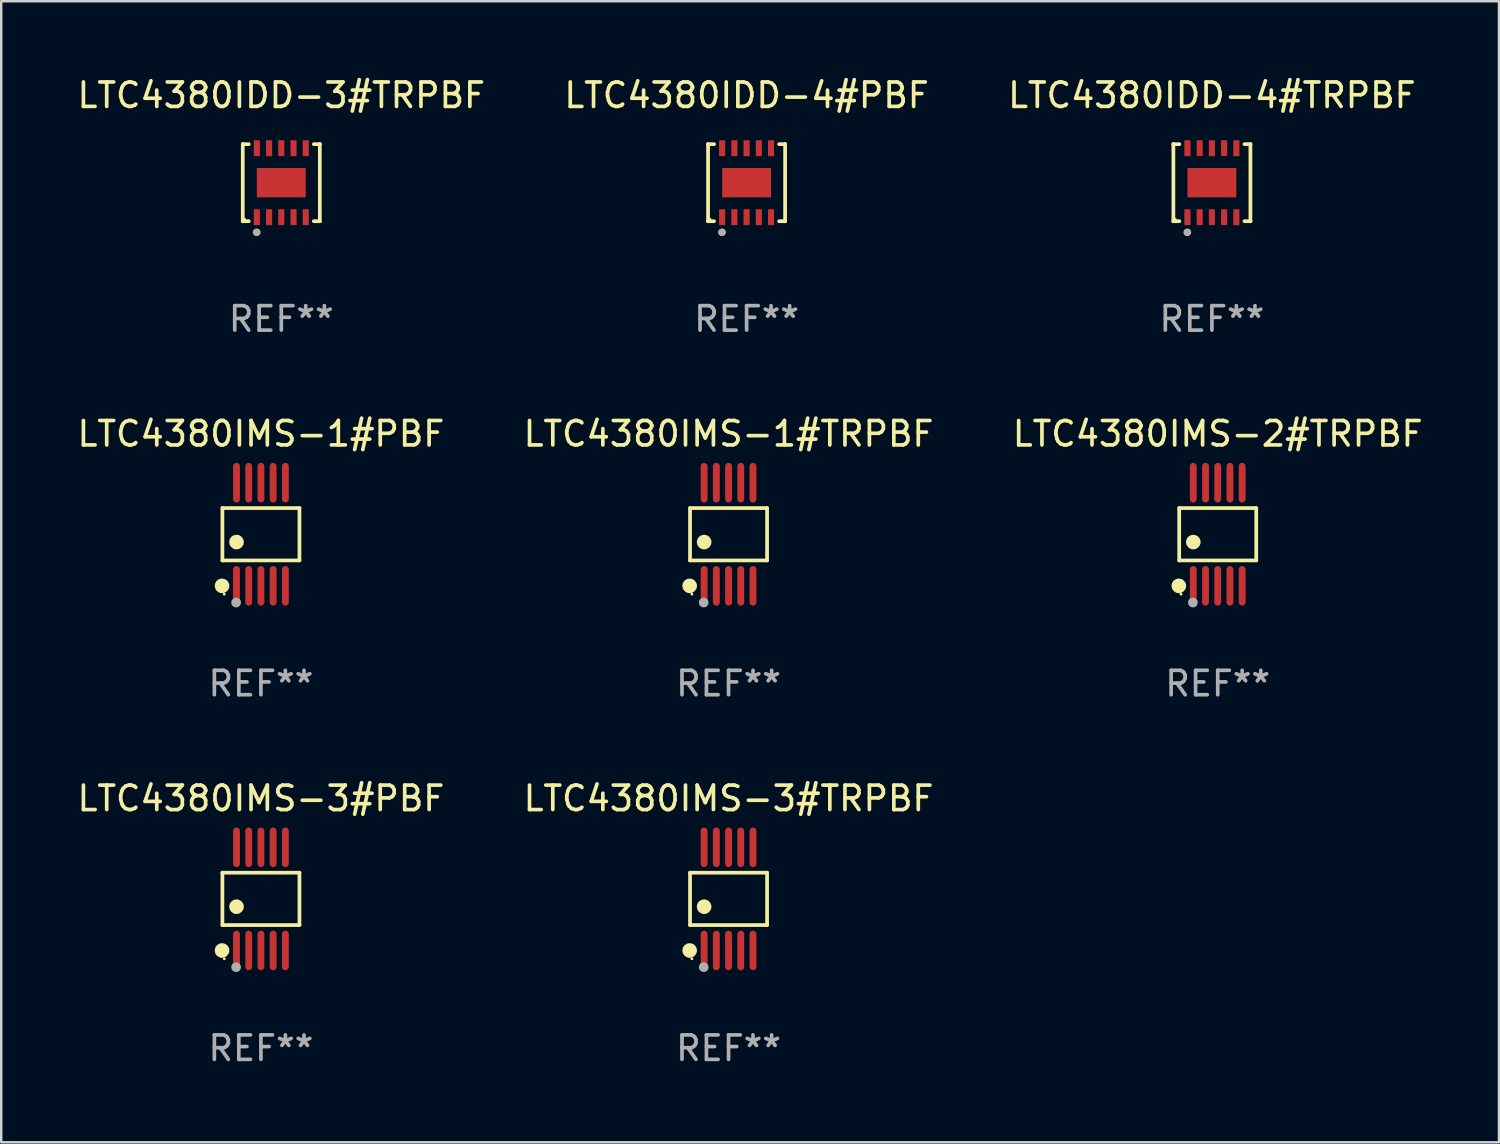
<source format=kicad_pcb>
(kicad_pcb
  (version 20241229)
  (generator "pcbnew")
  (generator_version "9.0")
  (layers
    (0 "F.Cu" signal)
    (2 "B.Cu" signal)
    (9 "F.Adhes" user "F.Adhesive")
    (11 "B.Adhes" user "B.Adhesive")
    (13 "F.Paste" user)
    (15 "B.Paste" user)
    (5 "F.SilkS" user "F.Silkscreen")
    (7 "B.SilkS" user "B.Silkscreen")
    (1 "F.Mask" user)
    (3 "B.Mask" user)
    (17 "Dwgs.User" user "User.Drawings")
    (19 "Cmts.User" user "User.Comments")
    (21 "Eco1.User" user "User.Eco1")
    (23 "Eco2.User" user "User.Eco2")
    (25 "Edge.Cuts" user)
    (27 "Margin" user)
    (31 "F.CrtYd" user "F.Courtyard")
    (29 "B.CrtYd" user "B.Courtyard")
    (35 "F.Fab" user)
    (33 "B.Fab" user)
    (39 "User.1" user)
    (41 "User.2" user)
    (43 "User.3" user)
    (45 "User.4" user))
  (footprint "LTC4380IDD-4#TRPBF"
    (layer "F.Cu")
    (at 46.53 4.424)
    (property "Reference" "LTC4380IDD-4#TRPBF" (at 0 -3.576 0) (layer "F.SilkS") (effects (font (size 1 1) (thickness 0.15))))
    (attr through_hole)
    (fp_line (start -1.576 -1.576) (end -1.576 -1.576) (stroke (width 0.152) (type solid)) (layer "F.SilkS"))
    (fp_line (start -1.576 -1.576) (end -1.331 -1.576) (stroke (width 0.152) (type solid)) (layer "F.SilkS"))
    (fp_line (start -1.576 1.576) (end -1.576 -1.576) (stroke (width 0.152) (type solid)) (layer "F.SilkS"))
    (fp_line (start -1.576 1.576) (end -1.576 1.576) (stroke (width 0.152) (type solid)) (layer "F.SilkS"))
    (fp_line (start -1.331 1.576) (end -1.576 1.576) (stroke (width 0.152) (type solid)) (layer "F.SilkS"))
    (fp_line (start 1.331 1.576) (end 1.576 1.576) (stroke (width 0.152) (type solid)) (layer "F.SilkS"))
    (fp_line (start 1.576 -1.576) (end 1.331 -1.576) (stroke (width 0.152) (type solid)) (layer "F.SilkS"))
    (fp_line (start 1.576 -1.576) (end 1.576 -1.576) (stroke (width 0.152) (type solid)) (layer "F.SilkS"))
    (fp_line (start 1.576 1.576) (end 1.576 -1.576) (stroke (width 0.152) (type solid)) (layer "F.SilkS"))
    (fp_line (start 1.576 1.576) (end 1.576 1.576) (stroke (width 0.152) (type solid)) (layer "F.SilkS"))
    (fp_circle (center -1.5 1.5) (end -1.47 1.5) (stroke (width 0.06) (type solid)) (fill no) (layer "F.SilkS"))
    (fp_circle (center -1 2.028) (end -0.925 2.028) (stroke (width 0.15) (type solid)) (fill no) (layer "F.SilkS"))
    (fp_circle (center -1.016 2.032) (end -0.941 2.032) (stroke (width 0.15) (type solid)) (fill no) (layer "F.Fab"))
    (fp_text user "REF**" (at 0 5.576 0) (layer "F.Fab") (effects (font (size 1 1) (thickness 0.15))))
    (pad "1" smd rect (at -1 1.411) (size 0.25 0.65) (layers "F.Cu" "F.Mask" "F.Paste"))
    (pad "2" smd rect (at -0.5 1.411) (size 0.25 0.65) (layers "F.Cu" "F.Mask" "F.Paste"))
    (pad "3" smd rect (at 0 1.411) (size 0.25 0.65) (layers "F.Cu" "F.Mask" "F.Paste"))
    (pad "4" smd rect (at 0.5 1.411) (size 0.25 0.65) (layers "F.Cu" "F.Mask" "F.Paste"))
    (pad "5" smd rect (at 1 1.411) (size 0.25 0.65) (layers "F.Cu" "F.Mask" "F.Paste"))
    (pad "6" smd rect (at 1 -1.411) (size 0.25 0.65) (layers "F.Cu" "F.Mask" "F.Paste"))
    (pad "7" smd rect (at 0.5 -1.411) (size 0.25 0.65) (layers "F.Cu" "F.Mask" "F.Paste"))
    (pad "8" smd rect (at 0 -1.411) (size 0.25 0.65) (layers "F.Cu" "F.Mask" "F.Paste"))
    (pad "9" smd rect (at -0.5 -1.411) (size 0.25 0.65) (layers "F.Cu" "F.Mask" "F.Paste"))
    (pad "10" smd rect (at -1 -1.411) (size 0.25 0.65) (layers "F.Cu" "F.Mask" "F.Paste"))
    (pad "11" smd rect (at 0 0) (size 2 1.2) (layers "F.Cu" "F.Mask" "F.Paste")))
  (footprint "LTC4380IMS-3#PBF"
    (layer "F.Cu")
    (at 7.625 33.724)
    (property "Reference" "LTC4380IMS-3#PBF" (at 0 -4.11 0) (layer "F.SilkS") (effects (font (size 1 1) (thickness 0.15))))
    (attr through_hole)
    (fp_line (start -1.576 -1.071) (end 1.576 -1.071) (stroke (width 0.152) (type solid)) (layer "F.SilkS"))
    (fp_line (start -1.576 1.071) (end -1.576 -1.071) (stroke (width 0.152) (type solid)) (layer "F.SilkS"))
    (fp_line (start 1.576 -1.071) (end 1.576 1.071) (stroke (width 0.152) (type solid)) (layer "F.SilkS"))
    (fp_line (start 1.576 1.071) (end -1.576 1.071) (stroke (width 0.152) (type solid)) (layer "F.SilkS"))
    (fp_circle (center -1.592 2.11) (end -1.442 2.11) (stroke (width 0.3) (type solid)) (fill no) (layer "F.SilkS"))
    (fp_circle (center -1.5 2.45) (end -1.47 2.45) (stroke (width 0.06) (type solid)) (fill no) (layer "F.SilkS"))
    (fp_circle (center -1 0.319) (end -0.85 0.319) (stroke (width 0.3) (type solid)) (fill no) (layer "F.SilkS"))
    (fp_circle (center -1.016 2.794) (end -0.916 2.794) (stroke (width 0.2) (type solid)) (fill no) (layer "F.Fab"))
    (fp_text user "REF**" (at 0 6.11 0) (layer "F.Fab") (effects (font (size 1 1) (thickness 0.15))))
    (pad "1" smd oval (at -1 2.11) (size 0.28 1.62) (layers "F.Cu" "F.Mask" "F.Paste"))
    (pad "2" smd oval (at -0.5 2.11) (size 0.28 1.62) (layers "F.Cu" "F.Mask" "F.Paste"))
    (pad "3" smd oval (at 0 2.11) (size 0.28 1.62) (layers "F.Cu" "F.Mask" "F.Paste"))
    (pad "4" smd oval (at 0.5 2.11) (size 0.28 1.62) (layers "F.Cu" "F.Mask" "F.Paste"))
    (pad "5" smd oval (at 1 2.11) (size 0.28 1.62) (layers "F.Cu" "F.Mask" "F.Paste"))
    (pad "6" smd oval (at 1 -2.11) (size 0.28 1.62) (layers "F.Cu" "F.Mask" "F.Paste"))
    (pad "7" smd oval (at 0.5 -2.11) (size 0.28 1.62) (layers "F.Cu" "F.Mask" "F.Paste"))
    (pad "8" smd oval (at 0 -2.11) (size 0.28 1.62) (layers "F.Cu" "F.Mask" "F.Paste"))
    (pad "9" smd oval (at -0.5 -2.11) (size 0.28 1.62) (layers "F.Cu" "F.Mask" "F.Paste"))
    (pad "10" smd oval (at -1 -2.11) (size 0.28 1.62) (layers "F.Cu" "F.Mask" "F.Paste")))
  (footprint "LTC4380IMS-1#PBF"
    (layer "F.Cu")
    (at 7.625 18.807)
    (property "Reference" "LTC4380IMS-1#PBF" (at 0 -4.11 0) (layer "F.SilkS") (effects (font (size 1 1) (thickness 0.15))))
    (attr through_hole)
    (fp_line (start -1.576 -1.071) (end 1.576 -1.071) (stroke (width 0.152) (type solid)) (layer "F.SilkS"))
    (fp_line (start -1.576 1.071) (end -1.576 -1.071) (stroke (width 0.152) (type solid)) (layer "F.SilkS"))
    (fp_line (start 1.576 -1.071) (end 1.576 1.071) (stroke (width 0.152) (type solid)) (layer "F.SilkS"))
    (fp_line (start 1.576 1.071) (end -1.576 1.071) (stroke (width 0.152) (type solid)) (layer "F.SilkS"))
    (fp_circle (center -1.592 2.11) (end -1.442 2.11) (stroke (width 0.3) (type solid)) (fill no) (layer "F.SilkS"))
    (fp_circle (center -1.5 2.45) (end -1.47 2.45) (stroke (width 0.06) (type solid)) (fill no) (layer "F.SilkS"))
    (fp_circle (center -1 0.319) (end -0.85 0.319) (stroke (width 0.3) (type solid)) (fill no) (layer "F.SilkS"))
    (fp_circle (center -1.016 2.794) (end -0.916 2.794) (stroke (width 0.2) (type solid)) (fill no) (layer "F.Fab"))
    (fp_text user "REF**" (at 0 6.11 0) (layer "F.Fab") (effects (font (size 1 1) (thickness 0.15))))
    (pad "1" smd oval (at -1 2.11) (size 0.28 1.62) (layers "F.Cu" "F.Mask" "F.Paste"))
    (pad "2" smd oval (at -0.5 2.11) (size 0.28 1.62) (layers "F.Cu" "F.Mask" "F.Paste"))
    (pad "3" smd oval (at 0 2.11) (size 0.28 1.62) (layers "F.Cu" "F.Mask" "F.Paste"))
    (pad "4" smd oval (at 0.5 2.11) (size 0.28 1.62) (layers "F.Cu" "F.Mask" "F.Paste"))
    (pad "5" smd oval (at 1 2.11) (size 0.28 1.62) (layers "F.Cu" "F.Mask" "F.Paste"))
    (pad "6" smd oval (at 1 -2.11) (size 0.28 1.62) (layers "F.Cu" "F.Mask" "F.Paste"))
    (pad "7" smd oval (at 0.5 -2.11) (size 0.28 1.62) (layers "F.Cu" "F.Mask" "F.Paste"))
    (pad "8" smd oval (at 0 -2.11) (size 0.28 1.62) (layers "F.Cu" "F.Mask" "F.Paste"))
    (pad "9" smd oval (at -0.5 -2.11) (size 0.28 1.62) (layers "F.Cu" "F.Mask" "F.Paste"))
    (pad "10" smd oval (at -1 -2.11) (size 0.28 1.62) (layers "F.Cu" "F.Mask" "F.Paste")))
  (footprint "LTC4380IMS-1#TRPBF"
    (layer "F.Cu")
    (at 26.756 18.807)
    (property "Reference" "LTC4380IMS-1#TRPBF" (at 0 -4.11 0) (layer "F.SilkS") (effects (font (size 1 1) (thickness 0.15))))
    (attr through_hole)
    (fp_line (start -1.576 -1.071) (end 1.576 -1.071) (stroke (width 0.152) (type solid)) (layer "F.SilkS"))
    (fp_line (start -1.576 1.071) (end -1.576 -1.071) (stroke (width 0.152) (type solid)) (layer "F.SilkS"))
    (fp_line (start 1.576 -1.071) (end 1.576 1.071) (stroke (width 0.152) (type solid)) (layer "F.SilkS"))
    (fp_line (start 1.576 1.071) (end -1.576 1.071) (stroke (width 0.152) (type solid)) (layer "F.SilkS"))
    (fp_circle (center -1.592 2.11) (end -1.442 2.11) (stroke (width 0.3) (type solid)) (fill no) (layer "F.SilkS"))
    (fp_circle (center -1.5 2.45) (end -1.47 2.45) (stroke (width 0.06) (type solid)) (fill no) (layer "F.SilkS"))
    (fp_circle (center -1 0.319) (end -0.85 0.319) (stroke (width 0.3) (type solid)) (fill no) (layer "F.SilkS"))
    (fp_circle (center -1.016 2.794) (end -0.916 2.794) (stroke (width 0.2) (type solid)) (fill no) (layer "F.Fab"))
    (fp_text user "REF**" (at 0 6.11 0) (layer "F.Fab") (effects (font (size 1 1) (thickness 0.15))))
    (pad "1" smd oval (at -1 2.11) (size 0.28 1.62) (layers "F.Cu" "F.Mask" "F.Paste"))
    (pad "2" smd oval (at -0.5 2.11) (size 0.28 1.62) (layers "F.Cu" "F.Mask" "F.Paste"))
    (pad "3" smd oval (at 0 2.11) (size 0.28 1.62) (layers "F.Cu" "F.Mask" "F.Paste"))
    (pad "4" smd oval (at 0.5 2.11) (size 0.28 1.62) (layers "F.Cu" "F.Mask" "F.Paste"))
    (pad "5" smd oval (at 1 2.11) (size 0.28 1.62) (layers "F.Cu" "F.Mask" "F.Paste"))
    (pad "6" smd oval (at 1 -2.11) (size 0.28 1.62) (layers "F.Cu" "F.Mask" "F.Paste"))
    (pad "7" smd oval (at 0.5 -2.11) (size 0.28 1.62) (layers "F.Cu" "F.Mask" "F.Paste"))
    (pad "8" smd oval (at 0 -2.11) (size 0.28 1.62) (layers "F.Cu" "F.Mask" "F.Paste"))
    (pad "9" smd oval (at -0.5 -2.11) (size 0.28 1.62) (layers "F.Cu" "F.Mask" "F.Paste"))
    (pad "10" smd oval (at -1 -2.11) (size 0.28 1.62) (layers "F.Cu" "F.Mask" "F.Paste")))
  (footprint "LTC4380IDD-4#PBF"
    (layer "F.Cu")
    (at 27.494 4.424)
    (property "Reference" "LTC4380IDD-4#PBF" (at 0 -3.576 0) (layer "F.SilkS") (effects (font (size 1 1) (thickness 0.15))))
    (attr through_hole)
    (fp_line (start -1.576 -1.576) (end -1.576 -1.576) (stroke (width 0.152) (type solid)) (layer "F.SilkS"))
    (fp_line (start -1.576 -1.576) (end -1.331 -1.576) (stroke (width 0.152) (type solid)) (layer "F.SilkS"))
    (fp_line (start -1.576 1.576) (end -1.576 -1.576) (stroke (width 0.152) (type solid)) (layer "F.SilkS"))
    (fp_line (start -1.576 1.576) (end -1.576 1.576) (stroke (width 0.152) (type solid)) (layer "F.SilkS"))
    (fp_line (start -1.331 1.576) (end -1.576 1.576) (stroke (width 0.152) (type solid)) (layer "F.SilkS"))
    (fp_line (start 1.331 1.576) (end 1.576 1.576) (stroke (width 0.152) (type solid)) (layer "F.SilkS"))
    (fp_line (start 1.576 -1.576) (end 1.331 -1.576) (stroke (width 0.152) (type solid)) (layer "F.SilkS"))
    (fp_line (start 1.576 -1.576) (end 1.576 -1.576) (stroke (width 0.152) (type solid)) (layer "F.SilkS"))
    (fp_line (start 1.576 1.576) (end 1.576 -1.576) (stroke (width 0.152) (type solid)) (layer "F.SilkS"))
    (fp_line (start 1.576 1.576) (end 1.576 1.576) (stroke (width 0.152) (type solid)) (layer "F.SilkS"))
    (fp_circle (center -1.5 1.5) (end -1.47 1.5) (stroke (width 0.06) (type solid)) (fill no) (layer "F.SilkS"))
    (fp_circle (center -1 2.028) (end -0.925 2.028) (stroke (width 0.15) (type solid)) (fill no) (layer "F.SilkS"))
    (fp_circle (center -1.016 2.032) (end -0.941 2.032) (stroke (width 0.15) (type solid)) (fill no) (layer "F.Fab"))
    (fp_text user "REF**" (at 0 5.576 0) (layer "F.Fab") (effects (font (size 1 1) (thickness 0.15))))
    (pad "1" smd rect (at -1 1.411) (size 0.25 0.65) (layers "F.Cu" "F.Mask" "F.Paste"))
    (pad "2" smd rect (at -0.5 1.411) (size 0.25 0.65) (layers "F.Cu" "F.Mask" "F.Paste"))
    (pad "3" smd rect (at 0 1.411) (size 0.25 0.65) (layers "F.Cu" "F.Mask" "F.Paste"))
    (pad "4" smd rect (at 0.5 1.411) (size 0.25 0.65) (layers "F.Cu" "F.Mask" "F.Paste"))
    (pad "5" smd rect (at 1 1.411) (size 0.25 0.65) (layers "F.Cu" "F.Mask" "F.Paste"))
    (pad "6" smd rect (at 1 -1.411) (size 0.25 0.65) (layers "F.Cu" "F.Mask" "F.Paste"))
    (pad "7" smd rect (at 0.5 -1.411) (size 0.25 0.65) (layers "F.Cu" "F.Mask" "F.Paste"))
    (pad "8" smd rect (at 0 -1.411) (size 0.25 0.65) (layers "F.Cu" "F.Mask" "F.Paste"))
    (pad "9" smd rect (at -0.5 -1.411) (size 0.25 0.65) (layers "F.Cu" "F.Mask" "F.Paste"))
    (pad "10" smd rect (at -1 -1.411) (size 0.25 0.65) (layers "F.Cu" "F.Mask" "F.Paste"))
    (pad "11" smd rect (at 0 0) (size 2 1.2) (layers "F.Cu" "F.Mask" "F.Paste")))
  (footprint "LTC4380IMS-3#TRPBF"
    (layer "F.Cu")
    (at 26.756 33.724)
    (property "Reference" "LTC4380IMS-3#TRPBF" (at 0 -4.11 0) (layer "F.SilkS") (effects (font (size 1 1) (thickness 0.15))))
    (attr through_hole)
    (fp_line (start -1.576 -1.071) (end 1.576 -1.071) (stroke (width 0.152) (type solid)) (layer "F.SilkS"))
    (fp_line (start -1.576 1.071) (end -1.576 -1.071) (stroke (width 0.152) (type solid)) (layer "F.SilkS"))
    (fp_line (start 1.576 -1.071) (end 1.576 1.071) (stroke (width 0.152) (type solid)) (layer "F.SilkS"))
    (fp_line (start 1.576 1.071) (end -1.576 1.071) (stroke (width 0.152) (type solid)) (layer "F.SilkS"))
    (fp_circle (center -1.592 2.11) (end -1.442 2.11) (stroke (width 0.3) (type solid)) (fill no) (layer "F.SilkS"))
    (fp_circle (center -1.5 2.45) (end -1.47 2.45) (stroke (width 0.06) (type solid)) (fill no) (layer "F.SilkS"))
    (fp_circle (center -1 0.319) (end -0.85 0.319) (stroke (width 0.3) (type solid)) (fill no) (layer "F.SilkS"))
    (fp_circle (center -1.016 2.794) (end -0.916 2.794) (stroke (width 0.2) (type solid)) (fill no) (layer "F.Fab"))
    (fp_text user "REF**" (at 0 6.11 0) (layer "F.Fab") (effects (font (size 1 1) (thickness 0.15))))
    (pad "1" smd oval (at -1 2.11) (size 0.28 1.62) (layers "F.Cu" "F.Mask" "F.Paste"))
    (pad "2" smd oval (at -0.5 2.11) (size 0.28 1.62) (layers "F.Cu" "F.Mask" "F.Paste"))
    (pad "3" smd oval (at 0 2.11) (size 0.28 1.62) (layers "F.Cu" "F.Mask" "F.Paste"))
    (pad "4" smd oval (at 0.5 2.11) (size 0.28 1.62) (layers "F.Cu" "F.Mask" "F.Paste"))
    (pad "5" smd oval (at 1 2.11) (size 0.28 1.62) (layers "F.Cu" "F.Mask" "F.Paste"))
    (pad "6" smd oval (at 1 -2.11) (size 0.28 1.62) (layers "F.Cu" "F.Mask" "F.Paste"))
    (pad "7" smd oval (at 0.5 -2.11) (size 0.28 1.62) (layers "F.Cu" "F.Mask" "F.Paste"))
    (pad "8" smd oval (at 0 -2.11) (size 0.28 1.62) (layers "F.Cu" "F.Mask" "F.Paste"))
    (pad "9" smd oval (at -0.5 -2.11) (size 0.28 1.62) (layers "F.Cu" "F.Mask" "F.Paste"))
    (pad "10" smd oval (at -1 -2.11) (size 0.28 1.62) (layers "F.Cu" "F.Mask" "F.Paste")))
  (footprint "LTC4380IDD-3#TRPBF"
    (layer "F.Cu")
    (at 8.458 4.424)
    (property "Reference" "LTC4380IDD-3#TRPBF" (at 0 -3.576 0) (layer "F.SilkS") (effects (font (size 1 1) (thickness 0.15))))
    (attr through_hole)
    (fp_line (start -1.576 -1.576) (end -1.576 -1.576) (stroke (width 0.152) (type solid)) (layer "F.SilkS"))
    (fp_line (start -1.576 -1.576) (end -1.331 -1.576) (stroke (width 0.152) (type solid)) (layer "F.SilkS"))
    (fp_line (start -1.576 1.576) (end -1.576 -1.576) (stroke (width 0.152) (type solid)) (layer "F.SilkS"))
    (fp_line (start -1.576 1.576) (end -1.576 1.576) (stroke (width 0.152) (type solid)) (layer "F.SilkS"))
    (fp_line (start -1.331 1.576) (end -1.576 1.576) (stroke (width 0.152) (type solid)) (layer "F.SilkS"))
    (fp_line (start 1.331 1.576) (end 1.576 1.576) (stroke (width 0.152) (type solid)) (layer "F.SilkS"))
    (fp_line (start 1.576 -1.576) (end 1.331 -1.576) (stroke (width 0.152) (type solid)) (layer "F.SilkS"))
    (fp_line (start 1.576 -1.576) (end 1.576 -1.576) (stroke (width 0.152) (type solid)) (layer "F.SilkS"))
    (fp_line (start 1.576 1.576) (end 1.576 -1.576) (stroke (width 0.152) (type solid)) (layer "F.SilkS"))
    (fp_line (start 1.576 1.576) (end 1.576 1.576) (stroke (width 0.152) (type solid)) (layer "F.SilkS"))
    (fp_circle (center -1.5 1.5) (end -1.47 1.5) (stroke (width 0.06) (type solid)) (fill no) (layer "F.SilkS"))
    (fp_circle (center -1 2.028) (end -0.925 2.028) (stroke (width 0.15) (type solid)) (fill no) (layer "F.SilkS"))
    (fp_circle (center -1.016 2.032) (end -0.941 2.032) (stroke (width 0.15) (type solid)) (fill no) (layer "F.Fab"))
    (fp_text user "REF**" (at 0 5.576 0) (layer "F.Fab") (effects (font (size 1 1) (thickness 0.15))))
    (pad "1" smd rect (at -1 1.411) (size 0.25 0.65) (layers "F.Cu" "F.Mask" "F.Paste"))
    (pad "2" smd rect (at -0.5 1.411) (size 0.25 0.65) (layers "F.Cu" "F.Mask" "F.Paste"))
    (pad "3" smd rect (at 0 1.411) (size 0.25 0.65) (layers "F.Cu" "F.Mask" "F.Paste"))
    (pad "4" smd rect (at 0.5 1.411) (size 0.25 0.65) (layers "F.Cu" "F.Mask" "F.Paste"))
    (pad "5" smd rect (at 1 1.411) (size 0.25 0.65) (layers "F.Cu" "F.Mask" "F.Paste"))
    (pad "6" smd rect (at 1 -1.411) (size 0.25 0.65) (layers "F.Cu" "F.Mask" "F.Paste"))
    (pad "7" smd rect (at 0.5 -1.411) (size 0.25 0.65) (layers "F.Cu" "F.Mask" "F.Paste"))
    (pad "8" smd rect (at 0 -1.411) (size 0.25 0.65) (layers "F.Cu" "F.Mask" "F.Paste"))
    (pad "9" smd rect (at -0.5 -1.411) (size 0.25 0.65) (layers "F.Cu" "F.Mask" "F.Paste"))
    (pad "10" smd rect (at -1 -1.411) (size 0.25 0.65) (layers "F.Cu" "F.Mask" "F.Paste"))
    (pad "11" smd rect (at 0 0) (size 2 1.2) (layers "F.Cu" "F.Mask" "F.Paste")))
  (footprint "LTC4380IMS-2#TRPBF"
    (layer "F.Cu")
    (at 46.768 18.807)
    (property "Reference" "LTC4380IMS-2#TRPBF" (at 0 -4.11 0) (layer "F.SilkS") (effects (font (size 1 1) (thickness 0.15))))
    (attr through_hole)
    (fp_line (start -1.576 -1.071) (end 1.576 -1.071) (stroke (width 0.152) (type solid)) (layer "F.SilkS"))
    (fp_line (start -1.576 1.071) (end -1.576 -1.071) (stroke (width 0.152) (type solid)) (layer "F.SilkS"))
    (fp_line (start 1.576 -1.071) (end 1.576 1.071) (stroke (width 0.152) (type solid)) (layer "F.SilkS"))
    (fp_line (start 1.576 1.071) (end -1.576 1.071) (stroke (width 0.152) (type solid)) (layer "F.SilkS"))
    (fp_circle (center -1.592 2.11) (end -1.442 2.11) (stroke (width 0.3) (type solid)) (fill no) (layer "F.SilkS"))
    (fp_circle (center -1.5 2.45) (end -1.47 2.45) (stroke (width 0.06) (type solid)) (fill no) (layer "F.SilkS"))
    (fp_circle (center -1 0.319) (end -0.85 0.319) (stroke (width 0.3) (type solid)) (fill no) (layer "F.SilkS"))
    (fp_circle (center -1.016 2.794) (end -0.916 2.794) (stroke (width 0.2) (type solid)) (fill no) (layer "F.Fab"))
    (fp_text user "REF**" (at 0 6.11 0) (layer "F.Fab") (effects (font (size 1 1) (thickness 0.15))))
    (pad "1" smd oval (at -1 2.11) (size 0.28 1.62) (layers "F.Cu" "F.Mask" "F.Paste"))
    (pad "2" smd oval (at -0.5 2.11) (size 0.28 1.62) (layers "F.Cu" "F.Mask" "F.Paste"))
    (pad "3" smd oval (at 0 2.11) (size 0.28 1.62) (layers "F.Cu" "F.Mask" "F.Paste"))
    (pad "4" smd oval (at 0.5 2.11) (size 0.28 1.62) (layers "F.Cu" "F.Mask" "F.Paste"))
    (pad "5" smd oval (at 1 2.11) (size 0.28 1.62) (layers "F.Cu" "F.Mask" "F.Paste"))
    (pad "6" smd oval (at 1 -2.11) (size 0.28 1.62) (layers "F.Cu" "F.Mask" "F.Paste"))
    (pad "7" smd oval (at 0.5 -2.11) (size 0.28 1.62) (layers "F.Cu" "F.Mask" "F.Paste"))
    (pad "8" smd oval (at 0 -2.11) (size 0.28 1.62) (layers "F.Cu" "F.Mask" "F.Paste"))
    (pad "9" smd oval (at -0.5 -2.11) (size 0.28 1.62) (layers "F.Cu" "F.Mask" "F.Paste"))
    (pad "10" smd oval (at -1 -2.11) (size 0.28 1.62) (layers "F.Cu" "F.Mask" "F.Paste")))
  (gr_rect
    (start -3 -3)
    (end 58.274 43.682)
    (stroke (width 0.1) (type default))
    (fill no)
    (layer "Edge.Cuts")))
</source>
